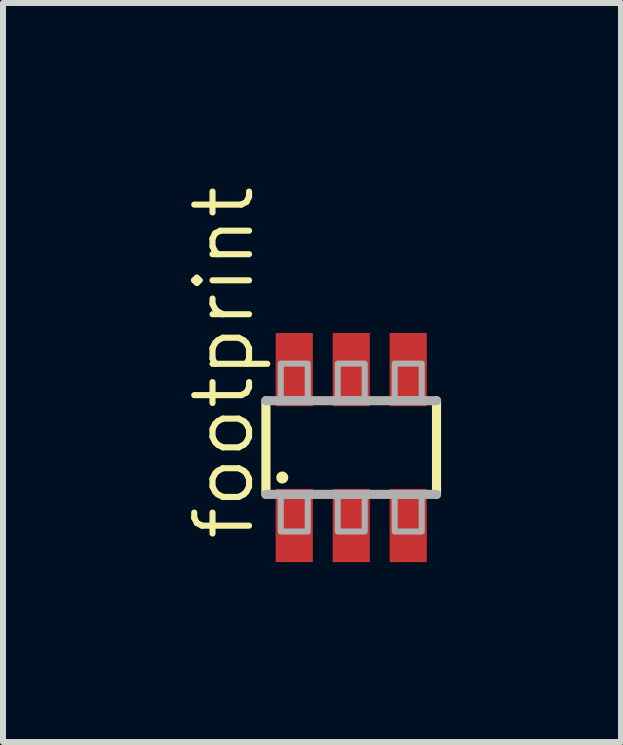
<source format=kicad_pcb>
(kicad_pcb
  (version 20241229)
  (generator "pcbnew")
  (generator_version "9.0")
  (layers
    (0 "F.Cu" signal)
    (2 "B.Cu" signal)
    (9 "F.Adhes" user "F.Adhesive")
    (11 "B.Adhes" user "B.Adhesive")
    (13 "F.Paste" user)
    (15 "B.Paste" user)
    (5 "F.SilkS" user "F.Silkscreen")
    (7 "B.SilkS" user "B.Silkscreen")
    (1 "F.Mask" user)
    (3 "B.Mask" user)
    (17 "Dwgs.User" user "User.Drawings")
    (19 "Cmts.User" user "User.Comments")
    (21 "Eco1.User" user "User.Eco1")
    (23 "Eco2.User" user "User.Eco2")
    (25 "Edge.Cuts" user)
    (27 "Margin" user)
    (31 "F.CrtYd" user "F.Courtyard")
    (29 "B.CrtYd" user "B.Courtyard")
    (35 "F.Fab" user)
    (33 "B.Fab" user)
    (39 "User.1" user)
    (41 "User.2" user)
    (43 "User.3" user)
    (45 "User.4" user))
  (footprint "footprint"
    (layer "F.Cu")
    (at 2.807 4.413)
    (property "Reference" "footprint" (at -1.587 1.587 90) (layer "F.SilkS") (effects (font (size 0.914 0.914) (thickness 0.102)) (justify left bottom)))
    (fp_line (start -1.423 0.781) (end -1.423 -0.781) (stroke (width 0.152) (type solid)) (layer "F.SilkS"))
    (fp_line (start 1.422 -0.781) (end 1.422 0.781) (stroke (width 0.152) (type solid)) (layer "F.SilkS"))
    (fp_circle (center -1.15 0.5) (end -1.1 0.5) (stroke (width 0.1) (type solid)) (fill yes) (layer "F.SilkS"))
    (fp_line (start -1.423 -0.781) (end 1.422 -0.781) (stroke (width 0.152) (type solid)) (layer "F.Fab"))
    (fp_line (start 1.422 0.781) (end -1.423 0.781) (stroke (width 0.152) (type solid)) (layer "F.Fab"))
    (fp_poly (pts (xy -1.175 -0.8) (xy -0.725 -0.8) (xy -0.725 -1.4) (xy -1.175 -1.4)) (stroke (width 0.1) (type solid)) (fill no) (layer "F.Fab"))
    (fp_poly (pts (xy -1.175 1.4) (xy -0.725 1.4) (xy -0.725 0.8) (xy -1.175 0.8)) (stroke (width 0.1) (type solid)) (fill no) (layer "F.Fab"))
    (fp_poly (pts (xy -0.225 -0.8) (xy 0.225 -0.8) (xy 0.225 -1.4) (xy -0.225 -1.4)) (stroke (width 0.1) (type solid)) (fill no) (layer "F.Fab"))
    (fp_poly (pts (xy -0.225 1.4) (xy 0.225 1.4) (xy 0.225 0.8) (xy -0.225 0.8)) (stroke (width 0.1) (type solid)) (fill no) (layer "F.Fab"))
    (fp_poly (pts (xy 0.725 -0.8) (xy 1.175 -0.8) (xy 1.175 -1.4) (xy 0.725 -1.4)) (stroke (width 0.1) (type solid)) (fill no) (layer "F.Fab"))
    (fp_poly (pts (xy 0.725 1.4) (xy 1.175 1.4) (xy 1.175 0.8) (xy 0.725 0.8)) (stroke (width 0.1) (type solid)) (fill no) (layer "F.Fab"))
    (pad "1" smd rect (at -0.95 1.3) (size 0.62 1.22) (layers "F.Cu" "F.Mask" "F.Paste"))
    (pad "2" smd rect (at 0 1.3) (size 0.62 1.22) (layers "F.Cu" "F.Mask" "F.Paste"))
    (pad "3" smd rect (at 0.95 1.3) (size 0.62 1.22) (layers "F.Cu" "F.Mask" "F.Paste"))
    (pad "4" smd rect (at 0.95 -1.3) (size 0.62 1.22) (layers "F.Cu" "F.Mask" "F.Paste"))
    (pad "5" smd rect (at 0 -1.3) (size 0.62 1.22) (layers "F.Cu" "F.Mask" "F.Paste"))
    (pad "6" smd rect (at -0.95 -1.3) (size 0.62 1.22) (layers "F.Cu" "F.Mask" "F.Paste")))
  (gr_rect
    (start -3 -3)
    (end 7.305 9.323)
    (stroke (width 0.1) (type default))
    (fill no)
    (layer "Edge.Cuts")))
</source>
